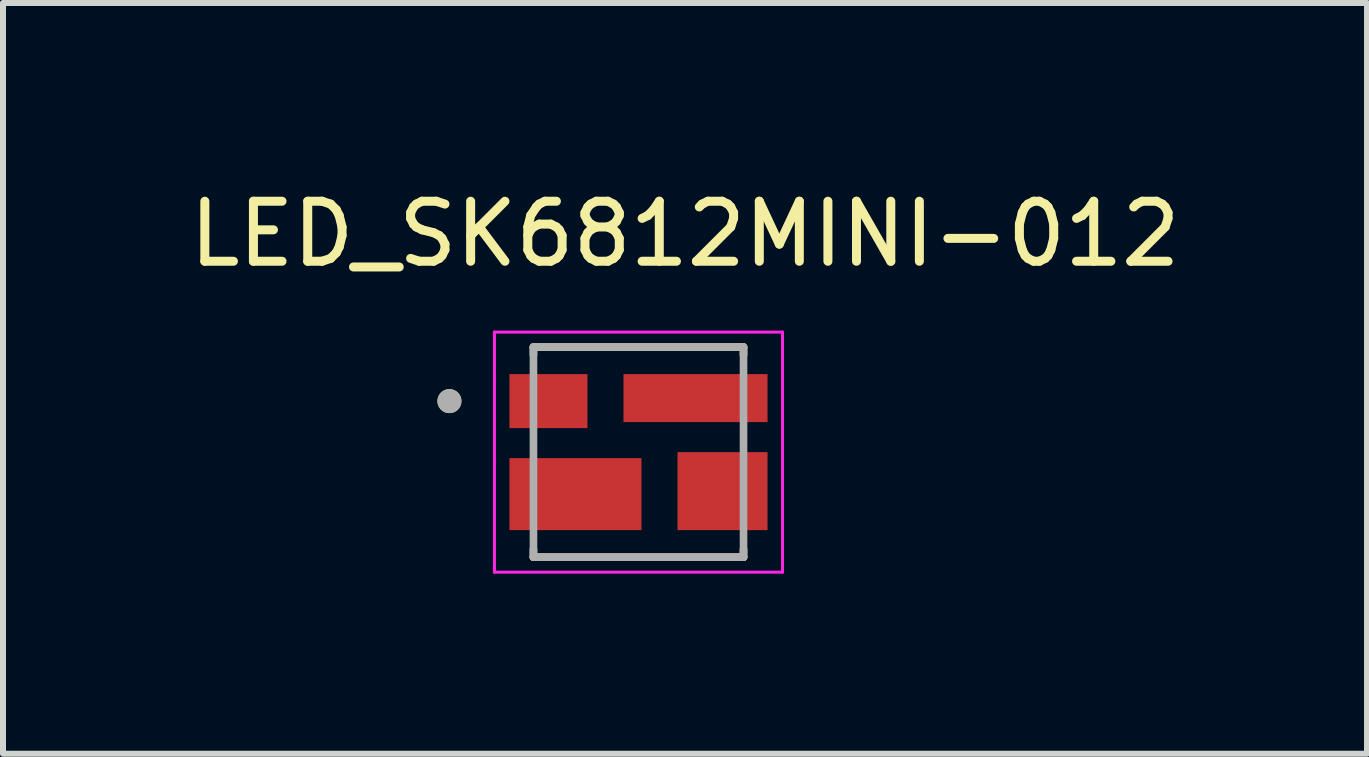
<source format=kicad_pcb>
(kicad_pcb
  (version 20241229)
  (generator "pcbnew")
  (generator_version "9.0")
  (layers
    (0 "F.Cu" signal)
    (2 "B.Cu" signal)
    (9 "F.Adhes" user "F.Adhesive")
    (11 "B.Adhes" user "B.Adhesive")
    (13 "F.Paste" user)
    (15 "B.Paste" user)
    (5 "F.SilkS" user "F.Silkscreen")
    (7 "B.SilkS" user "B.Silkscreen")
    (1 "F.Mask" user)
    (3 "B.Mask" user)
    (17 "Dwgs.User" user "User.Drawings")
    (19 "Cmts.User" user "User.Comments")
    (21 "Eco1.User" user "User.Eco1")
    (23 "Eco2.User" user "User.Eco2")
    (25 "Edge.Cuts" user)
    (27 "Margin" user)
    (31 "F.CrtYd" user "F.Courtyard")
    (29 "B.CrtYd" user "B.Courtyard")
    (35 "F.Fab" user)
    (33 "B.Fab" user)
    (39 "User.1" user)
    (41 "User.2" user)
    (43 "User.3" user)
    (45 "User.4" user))
  (footprint "LED_SK6812MINI-012"
    (layer "F.Cu")
    (at 7.588 4.483)
    (property "Reference" "LED_SK6812MINI-012" (at 0.775 -3.635 0) (layer "F.SilkS") (effects (font (size 1 1) (thickness 0.15))))
    (attr smd)
    (fp_line (start -1.75 -1.75) (end 1.75 -1.75) (stroke (width 0.127) (type solid)) (layer "F.SilkS"))
    (fp_line (start -1.75 -1.62) (end -1.75 -1.75) (stroke (width 0.127) (type solid)) (layer "F.SilkS"))
    (fp_line (start -1.75 1.75) (end -1.75 1.62) (stroke (width 0.127) (type solid)) (layer "F.SilkS"))
    (fp_line (start 1.75 -1.75) (end 1.75 -1.62) (stroke (width 0.127) (type solid)) (layer "F.SilkS"))
    (fp_line (start 1.75 1.75) (end -1.75 1.75) (stroke (width 0.127) (type solid)) (layer "F.SilkS"))
    (fp_line (start 1.75 1.75) (end 1.75 1.62) (stroke (width 0.127) (type solid)) (layer "F.SilkS"))
    (fp_circle (center -3.15 -0.85) (end -3.05 -0.85) (stroke (width 0.2) (type solid)) (fill no) (layer "F.SilkS"))
    (fp_line (start -2.4 -2) (end -2.4 2) (stroke (width 0.05) (type solid)) (layer "F.CrtYd"))
    (fp_line (start -2.4 2) (end 2.4 2) (stroke (width 0.05) (type solid)) (layer "F.CrtYd"))
    (fp_line (start 2.4 -2) (end -2.4 -2) (stroke (width 0.05) (type solid)) (layer "F.CrtYd"))
    (fp_line (start 2.4 2) (end 2.4 -2) (stroke (width 0.05) (type solid)) (layer "F.CrtYd"))
    (fp_line (start -1.75 -1.75) (end 1.75 -1.75) (stroke (width 0.127) (type solid)) (layer "F.Fab"))
    (fp_line (start -1.75 1.75) (end -1.75 -1.75) (stroke (width 0.127) (type solid)) (layer "F.Fab"))
    (fp_line (start 1.75 -1.75) (end 1.75 1.75) (stroke (width 0.127) (type solid)) (layer "F.Fab"))
    (fp_line (start 1.75 1.75) (end -1.75 1.75) (stroke (width 0.127) (type solid)) (layer "F.Fab"))
    (fp_circle (center -3.15 -0.85) (end -3.05 -0.85) (stroke (width 0.2) (type solid)) (fill no) (layer "F.Fab"))
    (pad "1" smd rect (at -1.5 -0.85) (size 1.3 0.9) (layers "F.Cu" "F.Mask" "F.Paste"))
    (pad "2" smd rect (at -1.05 0.7) (size 2.2 1.2) (layers "F.Cu" "F.Mask" "F.Paste"))
    (pad "3" smd rect (at 1.4 0.65) (size 1.5 1.3) (layers "F.Cu" "F.Mask" "F.Paste"))
    (pad "4" smd rect (at 0.95 -0.9) (size 2.4 0.8) (layers "F.Cu" "F.Mask" "F.Paste")))
  (gr_rect
    (start -3 -3)
    (end 19.726 9.508)
    (stroke (width 0.1) (type default))
    (fill no)
    (layer "Edge.Cuts")))
</source>
